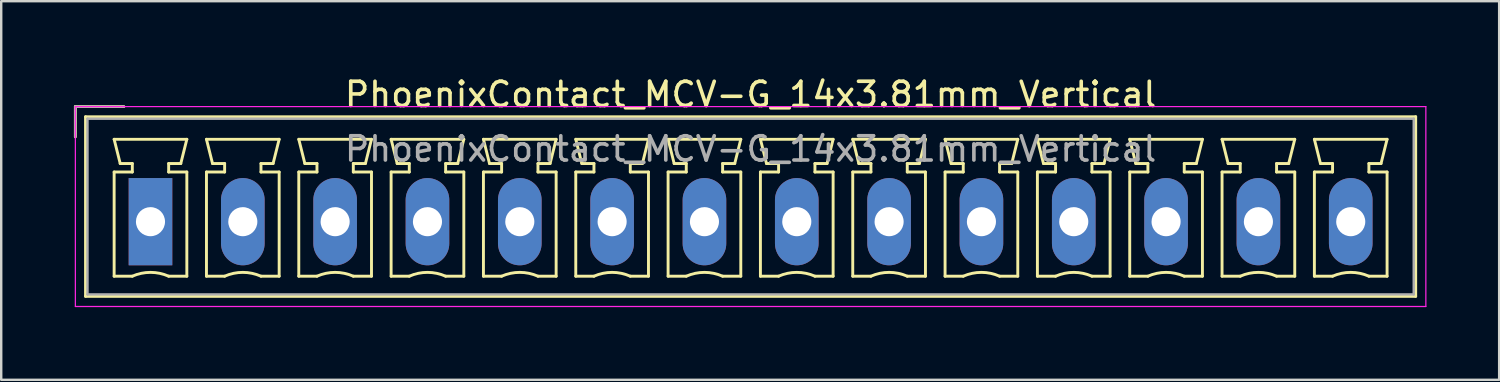
<source format=kicad_pcb>
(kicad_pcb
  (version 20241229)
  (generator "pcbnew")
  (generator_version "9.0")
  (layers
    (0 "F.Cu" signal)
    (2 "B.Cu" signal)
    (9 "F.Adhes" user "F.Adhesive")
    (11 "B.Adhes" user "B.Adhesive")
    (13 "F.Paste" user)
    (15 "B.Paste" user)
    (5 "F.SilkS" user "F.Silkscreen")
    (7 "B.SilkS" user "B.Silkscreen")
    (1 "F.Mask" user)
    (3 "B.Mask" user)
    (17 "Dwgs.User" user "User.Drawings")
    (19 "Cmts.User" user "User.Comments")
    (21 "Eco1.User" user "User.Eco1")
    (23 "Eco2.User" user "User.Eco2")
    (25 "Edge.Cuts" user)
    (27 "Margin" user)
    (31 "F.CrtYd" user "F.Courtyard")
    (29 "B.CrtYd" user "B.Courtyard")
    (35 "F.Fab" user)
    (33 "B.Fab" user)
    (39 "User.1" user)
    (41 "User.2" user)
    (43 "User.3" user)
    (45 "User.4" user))
  (footprint "PhoenixContact_MCV-G_14x3.81mm_Vertical"
    (layer "F.Cu")
    (at 3.16 6.098)
    (property "Reference" "PhoenixContact_MCV-G_14x3.81mm_Vertical" (at 24.765 -5.25 0) (layer "F.SilkS") (effects (font (size 1 1) (thickness 0.15))))
    (attr through_hole)
    (fp_line (start -3.1 -4.75) (end -1.1 -4.75) (stroke (width 0.12) (type solid)) (layer "F.SilkS"))
    (fp_line (start -3.1 -3.5) (end -3.1 -4.75) (stroke (width 0.12) (type solid)) (layer "F.SilkS"))
    (fp_line (start -2.68 -4.33) (end -2.68 3.08) (stroke (width 0.12) (type solid)) (layer "F.SilkS"))
    (fp_line (start -2.68 3.08) (end 52.21 3.08) (stroke (width 0.12) (type solid)) (layer "F.SilkS"))
    (fp_line (start -1.5 -3.4) (end 1.5 -3.4) (stroke (width 0.12) (type solid)) (layer "F.SilkS"))
    (fp_line (start -1.5 -2.05) (end -0.75 -2.05) (stroke (width 0.12) (type solid)) (layer "F.SilkS"))
    (fp_line (start -1.5 2.25) (end -1.5 -2.05) (stroke (width 0.12) (type solid)) (layer "F.SilkS"))
    (fp_line (start -1.25 -2.4) (end -1.5 -3.4) (stroke (width 0.12) (type solid)) (layer "F.SilkS"))
    (fp_line (start -0.75 -2.4) (end -1.25 -2.4) (stroke (width 0.12) (type solid)) (layer "F.SilkS"))
    (fp_line (start -0.75 -2.05) (end -0.75 -2.4) (stroke (width 0.12) (type solid)) (layer "F.SilkS"))
    (fp_line (start -0.75 2.25) (end -1.5 2.25) (stroke (width 0.12) (type solid)) (layer "F.SilkS"))
    (fp_line (start 0.75 -2.4) (end 0.75 -2.05) (stroke (width 0.12) (type solid)) (layer "F.SilkS"))
    (fp_line (start 0.75 -2.05) (end 1.5 -2.05) (stroke (width 0.12) (type solid)) (layer "F.SilkS"))
    (fp_line (start 1.25 -2.4) (end 0.75 -2.4) (stroke (width 0.12) (type solid)) (layer "F.SilkS"))
    (fp_line (start 1.5 -3.4) (end 1.25 -2.4) (stroke (width 0.12) (type solid)) (layer "F.SilkS"))
    (fp_line (start 1.5 -2.05) (end 1.5 2.25) (stroke (width 0.12) (type solid)) (layer "F.SilkS"))
    (fp_line (start 1.5 2.25) (end 0.75 2.25) (stroke (width 0.12) (type solid)) (layer "F.SilkS"))
    (fp_line (start 2.31 -3.4) (end 5.31 -3.4) (stroke (width 0.12) (type solid)) (layer "F.SilkS"))
    (fp_line (start 2.31 -2.05) (end 3.06 -2.05) (stroke (width 0.12) (type solid)) (layer "F.SilkS"))
    (fp_line (start 2.31 2.25) (end 2.31 -2.05) (stroke (width 0.12) (type solid)) (layer "F.SilkS"))
    (fp_line (start 2.56 -2.4) (end 2.31 -3.4) (stroke (width 0.12) (type solid)) (layer "F.SilkS"))
    (fp_line (start 3.06 -2.4) (end 2.56 -2.4) (stroke (width 0.12) (type solid)) (layer "F.SilkS"))
    (fp_line (start 3.06 -2.05) (end 3.06 -2.4) (stroke (width 0.12) (type solid)) (layer "F.SilkS"))
    (fp_line (start 3.06 2.25) (end 2.31 2.25) (stroke (width 0.12) (type solid)) (layer "F.SilkS"))
    (fp_line (start 4.56 -2.4) (end 4.56 -2.05) (stroke (width 0.12) (type solid)) (layer "F.SilkS"))
    (fp_line (start 4.56 -2.05) (end 5.31 -2.05) (stroke (width 0.12) (type solid)) (layer "F.SilkS"))
    (fp_line (start 5.06 -2.4) (end 4.56 -2.4) (stroke (width 0.12) (type solid)) (layer "F.SilkS"))
    (fp_line (start 5.31 -3.4) (end 5.06 -2.4) (stroke (width 0.12) (type solid)) (layer "F.SilkS"))
    (fp_line (start 5.31 -2.05) (end 5.31 2.25) (stroke (width 0.12) (type solid)) (layer "F.SilkS"))
    (fp_line (start 5.31 2.25) (end 4.56 2.25) (stroke (width 0.12) (type solid)) (layer "F.SilkS"))
    (fp_line (start 6.12 -3.4) (end 9.12 -3.4) (stroke (width 0.12) (type solid)) (layer "F.SilkS"))
    (fp_line (start 6.12 -2.05) (end 6.87 -2.05) (stroke (width 0.12) (type solid)) (layer "F.SilkS"))
    (fp_line (start 6.12 2.25) (end 6.12 -2.05) (stroke (width 0.12) (type solid)) (layer "F.SilkS"))
    (fp_line (start 6.37 -2.4) (end 6.12 -3.4) (stroke (width 0.12) (type solid)) (layer "F.SilkS"))
    (fp_line (start 6.87 -2.4) (end 6.37 -2.4) (stroke (width 0.12) (type solid)) (layer "F.SilkS"))
    (fp_line (start 6.87 -2.05) (end 6.87 -2.4) (stroke (width 0.12) (type solid)) (layer "F.SilkS"))
    (fp_line (start 6.87 2.25) (end 6.12 2.25) (stroke (width 0.12) (type solid)) (layer "F.SilkS"))
    (fp_line (start 8.37 -2.4) (end 8.37 -2.05) (stroke (width 0.12) (type solid)) (layer "F.SilkS"))
    (fp_line (start 8.37 -2.05) (end 9.12 -2.05) (stroke (width 0.12) (type solid)) (layer "F.SilkS"))
    (fp_line (start 8.87 -2.4) (end 8.37 -2.4) (stroke (width 0.12) (type solid)) (layer "F.SilkS"))
    (fp_line (start 9.12 -3.4) (end 8.87 -2.4) (stroke (width 0.12) (type solid)) (layer "F.SilkS"))
    (fp_line (start 9.12 -2.05) (end 9.12 2.25) (stroke (width 0.12) (type solid)) (layer "F.SilkS"))
    (fp_line (start 9.12 2.25) (end 8.37 2.25) (stroke (width 0.12) (type solid)) (layer "F.SilkS"))
    (fp_line (start 9.93 -3.4) (end 12.93 -3.4) (stroke (width 0.12) (type solid)) (layer "F.SilkS"))
    (fp_line (start 9.93 -2.05) (end 10.68 -2.05) (stroke (width 0.12) (type solid)) (layer "F.SilkS"))
    (fp_line (start 9.93 2.25) (end 9.93 -2.05) (stroke (width 0.12) (type solid)) (layer "F.SilkS"))
    (fp_line (start 10.18 -2.4) (end 9.93 -3.4) (stroke (width 0.12) (type solid)) (layer "F.SilkS"))
    (fp_line (start 10.68 -2.4) (end 10.18 -2.4) (stroke (width 0.12) (type solid)) (layer "F.SilkS"))
    (fp_line (start 10.68 -2.05) (end 10.68 -2.4) (stroke (width 0.12) (type solid)) (layer "F.SilkS"))
    (fp_line (start 10.68 2.25) (end 9.93 2.25) (stroke (width 0.12) (type solid)) (layer "F.SilkS"))
    (fp_line (start 12.18 -2.4) (end 12.18 -2.05) (stroke (width 0.12) (type solid)) (layer "F.SilkS"))
    (fp_line (start 12.18 -2.05) (end 12.93 -2.05) (stroke (width 0.12) (type solid)) (layer "F.SilkS"))
    (fp_line (start 12.68 -2.4) (end 12.18 -2.4) (stroke (width 0.12) (type solid)) (layer "F.SilkS"))
    (fp_line (start 12.93 -3.4) (end 12.68 -2.4) (stroke (width 0.12) (type solid)) (layer "F.SilkS"))
    (fp_line (start 12.93 -2.05) (end 12.93 2.25) (stroke (width 0.12) (type solid)) (layer "F.SilkS"))
    (fp_line (start 12.93 2.25) (end 12.18 2.25) (stroke (width 0.12) (type solid)) (layer "F.SilkS"))
    (fp_line (start 13.74 -3.4) (end 16.74 -3.4) (stroke (width 0.12) (type solid)) (layer "F.SilkS"))
    (fp_line (start 13.74 -2.05) (end 14.49 -2.05) (stroke (width 0.12) (type solid)) (layer "F.SilkS"))
    (fp_line (start 13.74 2.25) (end 13.74 -2.05) (stroke (width 0.12) (type solid)) (layer "F.SilkS"))
    (fp_line (start 13.99 -2.4) (end 13.74 -3.4) (stroke (width 0.12) (type solid)) (layer "F.SilkS"))
    (fp_line (start 14.49 -2.4) (end 13.99 -2.4) (stroke (width 0.12) (type solid)) (layer "F.SilkS"))
    (fp_line (start 14.49 -2.05) (end 14.49 -2.4) (stroke (width 0.12) (type solid)) (layer "F.SilkS"))
    (fp_line (start 14.49 2.25) (end 13.74 2.25) (stroke (width 0.12) (type solid)) (layer "F.SilkS"))
    (fp_line (start 15.99 -2.4) (end 15.99 -2.05) (stroke (width 0.12) (type solid)) (layer "F.SilkS"))
    (fp_line (start 15.99 -2.05) (end 16.74 -2.05) (stroke (width 0.12) (type solid)) (layer "F.SilkS"))
    (fp_line (start 16.49 -2.4) (end 15.99 -2.4) (stroke (width 0.12) (type solid)) (layer "F.SilkS"))
    (fp_line (start 16.74 -3.4) (end 16.49 -2.4) (stroke (width 0.12) (type solid)) (layer "F.SilkS"))
    (fp_line (start 16.74 -2.05) (end 16.74 2.25) (stroke (width 0.12) (type solid)) (layer "F.SilkS"))
    (fp_line (start 16.74 2.25) (end 15.99 2.25) (stroke (width 0.12) (type solid)) (layer "F.SilkS"))
    (fp_line (start 17.55 -3.4) (end 20.55 -3.4) (stroke (width 0.12) (type solid)) (layer "F.SilkS"))
    (fp_line (start 17.55 -2.05) (end 18.3 -2.05) (stroke (width 0.12) (type solid)) (layer "F.SilkS"))
    (fp_line (start 17.55 2.25) (end 17.55 -2.05) (stroke (width 0.12) (type solid)) (layer "F.SilkS"))
    (fp_line (start 17.8 -2.4) (end 17.55 -3.4) (stroke (width 0.12) (type solid)) (layer "F.SilkS"))
    (fp_line (start 18.3 -2.4) (end 17.8 -2.4) (stroke (width 0.12) (type solid)) (layer "F.SilkS"))
    (fp_line (start 18.3 -2.05) (end 18.3 -2.4) (stroke (width 0.12) (type solid)) (layer "F.SilkS"))
    (fp_line (start 18.3 2.25) (end 17.55 2.25) (stroke (width 0.12) (type solid)) (layer "F.SilkS"))
    (fp_line (start 19.8 -2.4) (end 19.8 -2.05) (stroke (width 0.12) (type solid)) (layer "F.SilkS"))
    (fp_line (start 19.8 -2.05) (end 20.55 -2.05) (stroke (width 0.12) (type solid)) (layer "F.SilkS"))
    (fp_line (start 20.3 -2.4) (end 19.8 -2.4) (stroke (width 0.12) (type solid)) (layer "F.SilkS"))
    (fp_line (start 20.55 -3.4) (end 20.3 -2.4) (stroke (width 0.12) (type solid)) (layer "F.SilkS"))
    (fp_line (start 20.55 -2.05) (end 20.55 2.25) (stroke (width 0.12) (type solid)) (layer "F.SilkS"))
    (fp_line (start 20.55 2.25) (end 19.8 2.25) (stroke (width 0.12) (type solid)) (layer "F.SilkS"))
    (fp_line (start 21.36 -3.4) (end 24.36 -3.4) (stroke (width 0.12) (type solid)) (layer "F.SilkS"))
    (fp_line (start 21.36 -2.05) (end 22.11 -2.05) (stroke (width 0.12) (type solid)) (layer "F.SilkS"))
    (fp_line (start 21.36 2.25) (end 21.36 -2.05) (stroke (width 0.12) (type solid)) (layer "F.SilkS"))
    (fp_line (start 21.61 -2.4) (end 21.36 -3.4) (stroke (width 0.12) (type solid)) (layer "F.SilkS"))
    (fp_line (start 22.11 -2.4) (end 21.61 -2.4) (stroke (width 0.12) (type solid)) (layer "F.SilkS"))
    (fp_line (start 22.11 -2.05) (end 22.11 -2.4) (stroke (width 0.12) (type solid)) (layer "F.SilkS"))
    (fp_line (start 22.11 2.25) (end 21.36 2.25) (stroke (width 0.12) (type solid)) (layer "F.SilkS"))
    (fp_line (start 23.61 -2.4) (end 23.61 -2.05) (stroke (width 0.12) (type solid)) (layer "F.SilkS"))
    (fp_line (start 23.61 -2.05) (end 24.36 -2.05) (stroke (width 0.12) (type solid)) (layer "F.SilkS"))
    (fp_line (start 24.11 -2.4) (end 23.61 -2.4) (stroke (width 0.12) (type solid)) (layer "F.SilkS"))
    (fp_line (start 24.36 -3.4) (end 24.11 -2.4) (stroke (width 0.12) (type solid)) (layer "F.SilkS"))
    (fp_line (start 24.36 -2.05) (end 24.36 2.25) (stroke (width 0.12) (type solid)) (layer "F.SilkS"))
    (fp_line (start 24.36 2.25) (end 23.61 2.25) (stroke (width 0.12) (type solid)) (layer "F.SilkS"))
    (fp_line (start 25.17 -3.4) (end 28.17 -3.4) (stroke (width 0.12) (type solid)) (layer "F.SilkS"))
    (fp_line (start 25.17 -2.05) (end 25.92 -2.05) (stroke (width 0.12) (type solid)) (layer "F.SilkS"))
    (fp_line (start 25.17 2.25) (end 25.17 -2.05) (stroke (width 0.12) (type solid)) (layer "F.SilkS"))
    (fp_line (start 25.42 -2.4) (end 25.17 -3.4) (stroke (width 0.12) (type solid)) (layer "F.SilkS"))
    (fp_line (start 25.92 -2.4) (end 25.42 -2.4) (stroke (width 0.12) (type solid)) (layer "F.SilkS"))
    (fp_line (start 25.92 -2.05) (end 25.92 -2.4) (stroke (width 0.12) (type solid)) (layer "F.SilkS"))
    (fp_line (start 25.92 2.25) (end 25.17 2.25) (stroke (width 0.12) (type solid)) (layer "F.SilkS"))
    (fp_line (start 27.42 -2.4) (end 27.42 -2.05) (stroke (width 0.12) (type solid)) (layer "F.SilkS"))
    (fp_line (start 27.42 -2.05) (end 28.17 -2.05) (stroke (width 0.12) (type solid)) (layer "F.SilkS"))
    (fp_line (start 27.92 -2.4) (end 27.42 -2.4) (stroke (width 0.12) (type solid)) (layer "F.SilkS"))
    (fp_line (start 28.17 -3.4) (end 27.92 -2.4) (stroke (width 0.12) (type solid)) (layer "F.SilkS"))
    (fp_line (start 28.17 -2.05) (end 28.17 2.25) (stroke (width 0.12) (type solid)) (layer "F.SilkS"))
    (fp_line (start 28.17 2.25) (end 27.42 2.25) (stroke (width 0.12) (type solid)) (layer "F.SilkS"))
    (fp_line (start 28.98 -3.4) (end 31.98 -3.4) (stroke (width 0.12) (type solid)) (layer "F.SilkS"))
    (fp_line (start 28.98 -2.05) (end 29.73 -2.05) (stroke (width 0.12) (type solid)) (layer "F.SilkS"))
    (fp_line (start 28.98 2.25) (end 28.98 -2.05) (stroke (width 0.12) (type solid)) (layer "F.SilkS"))
    (fp_line (start 29.23 -2.4) (end 28.98 -3.4) (stroke (width 0.12) (type solid)) (layer "F.SilkS"))
    (fp_line (start 29.73 -2.4) (end 29.23 -2.4) (stroke (width 0.12) (type solid)) (layer "F.SilkS"))
    (fp_line (start 29.73 -2.05) (end 29.73 -2.4) (stroke (width 0.12) (type solid)) (layer "F.SilkS"))
    (fp_line (start 29.73 2.25) (end 28.98 2.25) (stroke (width 0.12) (type solid)) (layer "F.SilkS"))
    (fp_line (start 31.23 -2.4) (end 31.23 -2.05) (stroke (width 0.12) (type solid)) (layer "F.SilkS"))
    (fp_line (start 31.23 -2.05) (end 31.98 -2.05) (stroke (width 0.12) (type solid)) (layer "F.SilkS"))
    (fp_line (start 31.73 -2.4) (end 31.23 -2.4) (stroke (width 0.12) (type solid)) (layer "F.SilkS"))
    (fp_line (start 31.98 -3.4) (end 31.73 -2.4) (stroke (width 0.12) (type solid)) (layer "F.SilkS"))
    (fp_line (start 31.98 -2.05) (end 31.98 2.25) (stroke (width 0.12) (type solid)) (layer "F.SilkS"))
    (fp_line (start 31.98 2.25) (end 31.23 2.25) (stroke (width 0.12) (type solid)) (layer "F.SilkS"))
    (fp_line (start 32.79 -3.4) (end 35.79 -3.4) (stroke (width 0.12) (type solid)) (layer "F.SilkS"))
    (fp_line (start 32.79 -2.05) (end 33.54 -2.05) (stroke (width 0.12) (type solid)) (layer "F.SilkS"))
    (fp_line (start 32.79 2.25) (end 32.79 -2.05) (stroke (width 0.12) (type solid)) (layer "F.SilkS"))
    (fp_line (start 33.04 -2.4) (end 32.79 -3.4) (stroke (width 0.12) (type solid)) (layer "F.SilkS"))
    (fp_line (start 33.54 -2.4) (end 33.04 -2.4) (stroke (width 0.12) (type solid)) (layer "F.SilkS"))
    (fp_line (start 33.54 -2.05) (end 33.54 -2.4) (stroke (width 0.12) (type solid)) (layer "F.SilkS"))
    (fp_line (start 33.54 2.25) (end 32.79 2.25) (stroke (width 0.12) (type solid)) (layer "F.SilkS"))
    (fp_line (start 35.04 -2.4) (end 35.04 -2.05) (stroke (width 0.12) (type solid)) (layer "F.SilkS"))
    (fp_line (start 35.04 -2.05) (end 35.79 -2.05) (stroke (width 0.12) (type solid)) (layer "F.SilkS"))
    (fp_line (start 35.54 -2.4) (end 35.04 -2.4) (stroke (width 0.12) (type solid)) (layer "F.SilkS"))
    (fp_line (start 35.79 -3.4) (end 35.54 -2.4) (stroke (width 0.12) (type solid)) (layer "F.SilkS"))
    (fp_line (start 35.79 -2.05) (end 35.79 2.25) (stroke (width 0.12) (type solid)) (layer "F.SilkS"))
    (fp_line (start 35.79 2.25) (end 35.04 2.25) (stroke (width 0.12) (type solid)) (layer "F.SilkS"))
    (fp_line (start 36.6 -3.4) (end 39.6 -3.4) (stroke (width 0.12) (type solid)) (layer "F.SilkS"))
    (fp_line (start 36.6 -2.05) (end 37.35 -2.05) (stroke (width 0.12) (type solid)) (layer "F.SilkS"))
    (fp_line (start 36.6 2.25) (end 36.6 -2.05) (stroke (width 0.12) (type solid)) (layer "F.SilkS"))
    (fp_line (start 36.85 -2.4) (end 36.6 -3.4) (stroke (width 0.12) (type solid)) (layer "F.SilkS"))
    (fp_line (start 37.35 -2.4) (end 36.85 -2.4) (stroke (width 0.12) (type solid)) (layer "F.SilkS"))
    (fp_line (start 37.35 -2.05) (end 37.35 -2.4) (stroke (width 0.12) (type solid)) (layer "F.SilkS"))
    (fp_line (start 37.35 2.25) (end 36.6 2.25) (stroke (width 0.12) (type solid)) (layer "F.SilkS"))
    (fp_line (start 38.85 -2.4) (end 38.85 -2.05) (stroke (width 0.12) (type solid)) (layer "F.SilkS"))
    (fp_line (start 38.85 -2.05) (end 39.6 -2.05) (stroke (width 0.12) (type solid)) (layer "F.SilkS"))
    (fp_line (start 39.35 -2.4) (end 38.85 -2.4) (stroke (width 0.12) (type solid)) (layer "F.SilkS"))
    (fp_line (start 39.6 -3.4) (end 39.35 -2.4) (stroke (width 0.12) (type solid)) (layer "F.SilkS"))
    (fp_line (start 39.6 -2.05) (end 39.6 2.25) (stroke (width 0.12) (type solid)) (layer "F.SilkS"))
    (fp_line (start 39.6 2.25) (end 38.85 2.25) (stroke (width 0.12) (type solid)) (layer "F.SilkS"))
    (fp_line (start 40.41 -3.4) (end 43.41 -3.4) (stroke (width 0.12) (type solid)) (layer "F.SilkS"))
    (fp_line (start 40.41 -2.05) (end 41.16 -2.05) (stroke (width 0.12) (type solid)) (layer "F.SilkS"))
    (fp_line (start 40.41 2.25) (end 40.41 -2.05) (stroke (width 0.12) (type solid)) (layer "F.SilkS"))
    (fp_line (start 40.66 -2.4) (end 40.41 -3.4) (stroke (width 0.12) (type solid)) (layer "F.SilkS"))
    (fp_line (start 41.16 -2.4) (end 40.66 -2.4) (stroke (width 0.12) (type solid)) (layer "F.SilkS"))
    (fp_line (start 41.16 -2.05) (end 41.16 -2.4) (stroke (width 0.12) (type solid)) (layer "F.SilkS"))
    (fp_line (start 41.16 2.25) (end 40.41 2.25) (stroke (width 0.12) (type solid)) (layer "F.SilkS"))
    (fp_line (start 42.66 -2.4) (end 42.66 -2.05) (stroke (width 0.12) (type solid)) (layer "F.SilkS"))
    (fp_line (start 42.66 -2.05) (end 43.41 -2.05) (stroke (width 0.12) (type solid)) (layer "F.SilkS"))
    (fp_line (start 43.16 -2.4) (end 42.66 -2.4) (stroke (width 0.12) (type solid)) (layer "F.SilkS"))
    (fp_line (start 43.41 -3.4) (end 43.16 -2.4) (stroke (width 0.12) (type solid)) (layer "F.SilkS"))
    (fp_line (start 43.41 -2.05) (end 43.41 2.25) (stroke (width 0.12) (type solid)) (layer "F.SilkS"))
    (fp_line (start 43.41 2.25) (end 42.66 2.25) (stroke (width 0.12) (type solid)) (layer "F.SilkS"))
    (fp_line (start 44.22 -3.4) (end 47.22 -3.4) (stroke (width 0.12) (type solid)) (layer "F.SilkS"))
    (fp_line (start 44.22 -2.05) (end 44.97 -2.05) (stroke (width 0.12) (type solid)) (layer "F.SilkS"))
    (fp_line (start 44.22 2.25) (end 44.22 -2.05) (stroke (width 0.12) (type solid)) (layer "F.SilkS"))
    (fp_line (start 44.47 -2.4) (end 44.22 -3.4) (stroke (width 0.12) (type solid)) (layer "F.SilkS"))
    (fp_line (start 44.97 -2.4) (end 44.47 -2.4) (stroke (width 0.12) (type solid)) (layer "F.SilkS"))
    (fp_line (start 44.97 -2.05) (end 44.97 -2.4) (stroke (width 0.12) (type solid)) (layer "F.SilkS"))
    (fp_line (start 44.97 2.25) (end 44.22 2.25) (stroke (width 0.12) (type solid)) (layer "F.SilkS"))
    (fp_line (start 46.47 -2.4) (end 46.47 -2.05) (stroke (width 0.12) (type solid)) (layer "F.SilkS"))
    (fp_line (start 46.47 -2.05) (end 47.22 -2.05) (stroke (width 0.12) (type solid)) (layer "F.SilkS"))
    (fp_line (start 46.97 -2.4) (end 46.47 -2.4) (stroke (width 0.12) (type solid)) (layer "F.SilkS"))
    (fp_line (start 47.22 -3.4) (end 46.97 -2.4) (stroke (width 0.12) (type solid)) (layer "F.SilkS"))
    (fp_line (start 47.22 -2.05) (end 47.22 2.25) (stroke (width 0.12) (type solid)) (layer "F.SilkS"))
    (fp_line (start 47.22 2.25) (end 46.47 2.25) (stroke (width 0.12) (type solid)) (layer "F.SilkS"))
    (fp_line (start 48.03 -3.4) (end 51.03 -3.4) (stroke (width 0.12) (type solid)) (layer "F.SilkS"))
    (fp_line (start 48.03 -2.05) (end 48.78 -2.05) (stroke (width 0.12) (type solid)) (layer "F.SilkS"))
    (fp_line (start 48.03 2.25) (end 48.03 -2.05) (stroke (width 0.12) (type solid)) (layer "F.SilkS"))
    (fp_line (start 48.28 -2.4) (end 48.03 -3.4) (stroke (width 0.12) (type solid)) (layer "F.SilkS"))
    (fp_line (start 48.78 -2.4) (end 48.28 -2.4) (stroke (width 0.12) (type solid)) (layer "F.SilkS"))
    (fp_line (start 48.78 -2.05) (end 48.78 -2.4) (stroke (width 0.12) (type solid)) (layer "F.SilkS"))
    (fp_line (start 48.78 2.25) (end 48.03 2.25) (stroke (width 0.12) (type solid)) (layer "F.SilkS"))
    (fp_line (start 50.28 -2.4) (end 50.28 -2.05) (stroke (width 0.12) (type solid)) (layer "F.SilkS"))
    (fp_line (start 50.28 -2.05) (end 51.03 -2.05) (stroke (width 0.12) (type solid)) (layer "F.SilkS"))
    (fp_line (start 50.78 -2.4) (end 50.28 -2.4) (stroke (width 0.12) (type solid)) (layer "F.SilkS"))
    (fp_line (start 51.03 -3.4) (end 50.78 -2.4) (stroke (width 0.12) (type solid)) (layer "F.SilkS"))
    (fp_line (start 51.03 -2.05) (end 51.03 2.25) (stroke (width 0.12) (type solid)) (layer "F.SilkS"))
    (fp_line (start 51.03 2.25) (end 50.28 2.25) (stroke (width 0.12) (type solid)) (layer "F.SilkS"))
    (fp_line (start 52.21 -4.33) (end -2.68 -4.33) (stroke (width 0.12) (type solid)) (layer "F.SilkS"))
    (fp_line (start 52.21 3.08) (end 52.21 -4.33) (stroke (width 0.12) (type solid)) (layer "F.SilkS"))
    (fp_arc (start -0.75 2.25) (mid -0.000193 2.09191) (end 0.749647 2.249844) (stroke (width 0.12) (type solid)) (layer "F.SilkS"))
    (fp_arc (start 3.06 2.25) (mid 3.809807 2.09191) (end 4.559647 2.249844) (stroke (width 0.12) (type solid)) (layer "F.SilkS"))
    (fp_arc (start 6.87 2.25) (mid 7.619807 2.09191) (end 8.369647 2.249844) (stroke (width 0.12) (type solid)) (layer "F.SilkS"))
    (fp_arc (start 10.68 2.25) (mid 11.429807 2.09191) (end 12.179647 2.249844) (stroke (width 0.12) (type solid)) (layer "F.SilkS"))
    (fp_arc (start 14.49 2.25) (mid 15.239807 2.09191) (end 15.989647 2.249844) (stroke (width 0.12) (type solid)) (layer "F.SilkS"))
    (fp_arc (start 18.3 2.25) (mid 19.049807 2.09191) (end 19.799647 2.249844) (stroke (width 0.12) (type solid)) (layer "F.SilkS"))
    (fp_arc (start 22.11 2.25) (mid 22.859807 2.09191) (end 23.609647 2.249844) (stroke (width 0.12) (type solid)) (layer "F.SilkS"))
    (fp_arc (start 25.92 2.25) (mid 26.669807 2.09191) (end 27.419647 2.249844) (stroke (width 0.12) (type solid)) (layer "F.SilkS"))
    (fp_arc (start 29.73 2.25) (mid 30.479807 2.09191) (end 31.229647 2.249844) (stroke (width 0.12) (type solid)) (layer "F.SilkS"))
    (fp_arc (start 33.54 2.25) (mid 34.289807 2.09191) (end 35.039647 2.249844) (stroke (width 0.12) (type solid)) (layer "F.SilkS"))
    (fp_arc (start 37.35 2.25) (mid 38.099807 2.09191) (end 38.849647 2.249844) (stroke (width 0.12) (type solid)) (layer "F.SilkS"))
    (fp_arc (start 41.16 2.25) (mid 41.909807 2.09191) (end 42.659647 2.249844) (stroke (width 0.12) (type solid)) (layer "F.SilkS"))
    (fp_arc (start 44.97 2.25) (mid 45.719807 2.09191) (end 46.469647 2.249844) (stroke (width 0.12) (type solid)) (layer "F.SilkS"))
    (fp_arc (start 48.78 2.25) (mid 49.529807 2.09191) (end 50.279647 2.249844) (stroke (width 0.12) (type solid)) (layer "F.SilkS"))
    (fp_line (start -3.1 -4.75) (end -3.1 3.5) (stroke (width 0.05) (type solid)) (layer "F.CrtYd"))
    (fp_line (start -3.1 3.5) (end 52.63 3.5) (stroke (width 0.05) (type solid)) (layer "F.CrtYd"))
    (fp_line (start 52.63 -4.75) (end -3.1 -4.75) (stroke (width 0.05) (type solid)) (layer "F.CrtYd"))
    (fp_line (start 52.63 3.5) (end 52.63 -4.75) (stroke (width 0.05) (type solid)) (layer "F.CrtYd"))
    (fp_line (start -3.1 -4.75) (end -1.1 -4.75) (stroke (width 0.1) (type solid)) (layer "F.Fab"))
    (fp_line (start -3.1 -3.5) (end -3.1 -4.75) (stroke (width 0.1) (type solid)) (layer "F.Fab"))
    (fp_line (start -2.6 -4.25) (end -2.6 3) (stroke (width 0.1) (type solid)) (layer "F.Fab"))
    (fp_line (start -2.6 3) (end 52.13 3) (stroke (width 0.1) (type solid)) (layer "F.Fab"))
    (fp_line (start 52.13 -4.25) (end -2.6 -4.25) (stroke (width 0.1) (type solid)) (layer "F.Fab"))
    (fp_line (start 52.13 3) (end 52.13 -4.25) (stroke (width 0.1) (type solid)) (layer "F.Fab"))
    (fp_text user "${REFERENCE}" (at 24.765 -3 0) (layer "F.Fab") (effects (font (size 1 1) (thickness 0.15))))
    (pad "1" thru_hole rect (at 0 0) (size 1.8 3.6) (drill 1.2) (layers "*.Cu" "*.Mask"))
    (pad "2" thru_hole oval (at 3.81 0) (size 1.8 3.6) (drill 1.2) (layers "*.Cu" "*.Mask"))
    (pad "3" thru_hole oval (at 7.62 0) (size 1.8 3.6) (drill 1.2) (layers "*.Cu" "*.Mask"))
    (pad "4" thru_hole oval (at 11.43 0) (size 1.8 3.6) (drill 1.2) (layers "*.Cu" "*.Mask"))
    (pad "5" thru_hole oval (at 15.24 0) (size 1.8 3.6) (drill 1.2) (layers "*.Cu" "*.Mask"))
    (pad "6" thru_hole oval (at 19.05 0) (size 1.8 3.6) (drill 1.2) (layers "*.Cu" "*.Mask"))
    (pad "7" thru_hole oval (at 22.86 0) (size 1.8 3.6) (drill 1.2) (layers "*.Cu" "*.Mask"))
    (pad "8" thru_hole oval (at 26.67 0) (size 1.8 3.6) (drill 1.2) (layers "*.Cu" "*.Mask"))
    (pad "9" thru_hole oval (at 30.48 0) (size 1.8 3.6) (drill 1.2) (layers "*.Cu" "*.Mask"))
    (pad "10" thru_hole oval (at 34.29 0) (size 1.8 3.6) (drill 1.2) (layers "*.Cu" "*.Mask"))
    (pad "11" thru_hole oval (at 38.1 0) (size 1.8 3.6) (drill 1.2) (layers "*.Cu" "*.Mask"))
    (pad "12" thru_hole oval (at 41.91 0) (size 1.8 3.6) (drill 1.2) (layers "*.Cu" "*.Mask"))
    (pad "13" thru_hole oval (at 45.72 0) (size 1.8 3.6) (drill 1.2) (layers "*.Cu" "*.Mask"))
    (pad "14" thru_hole oval (at 49.53 0) (size 1.8 3.6) (drill 1.2) (layers "*.Cu" "*.Mask")))
  (gr_rect
    (start -3 -3)
    (end 58.815 12.623)
    (stroke (width 0.1) (type default))
    (fill no)
    (layer "Edge.Cuts")))
</source>
